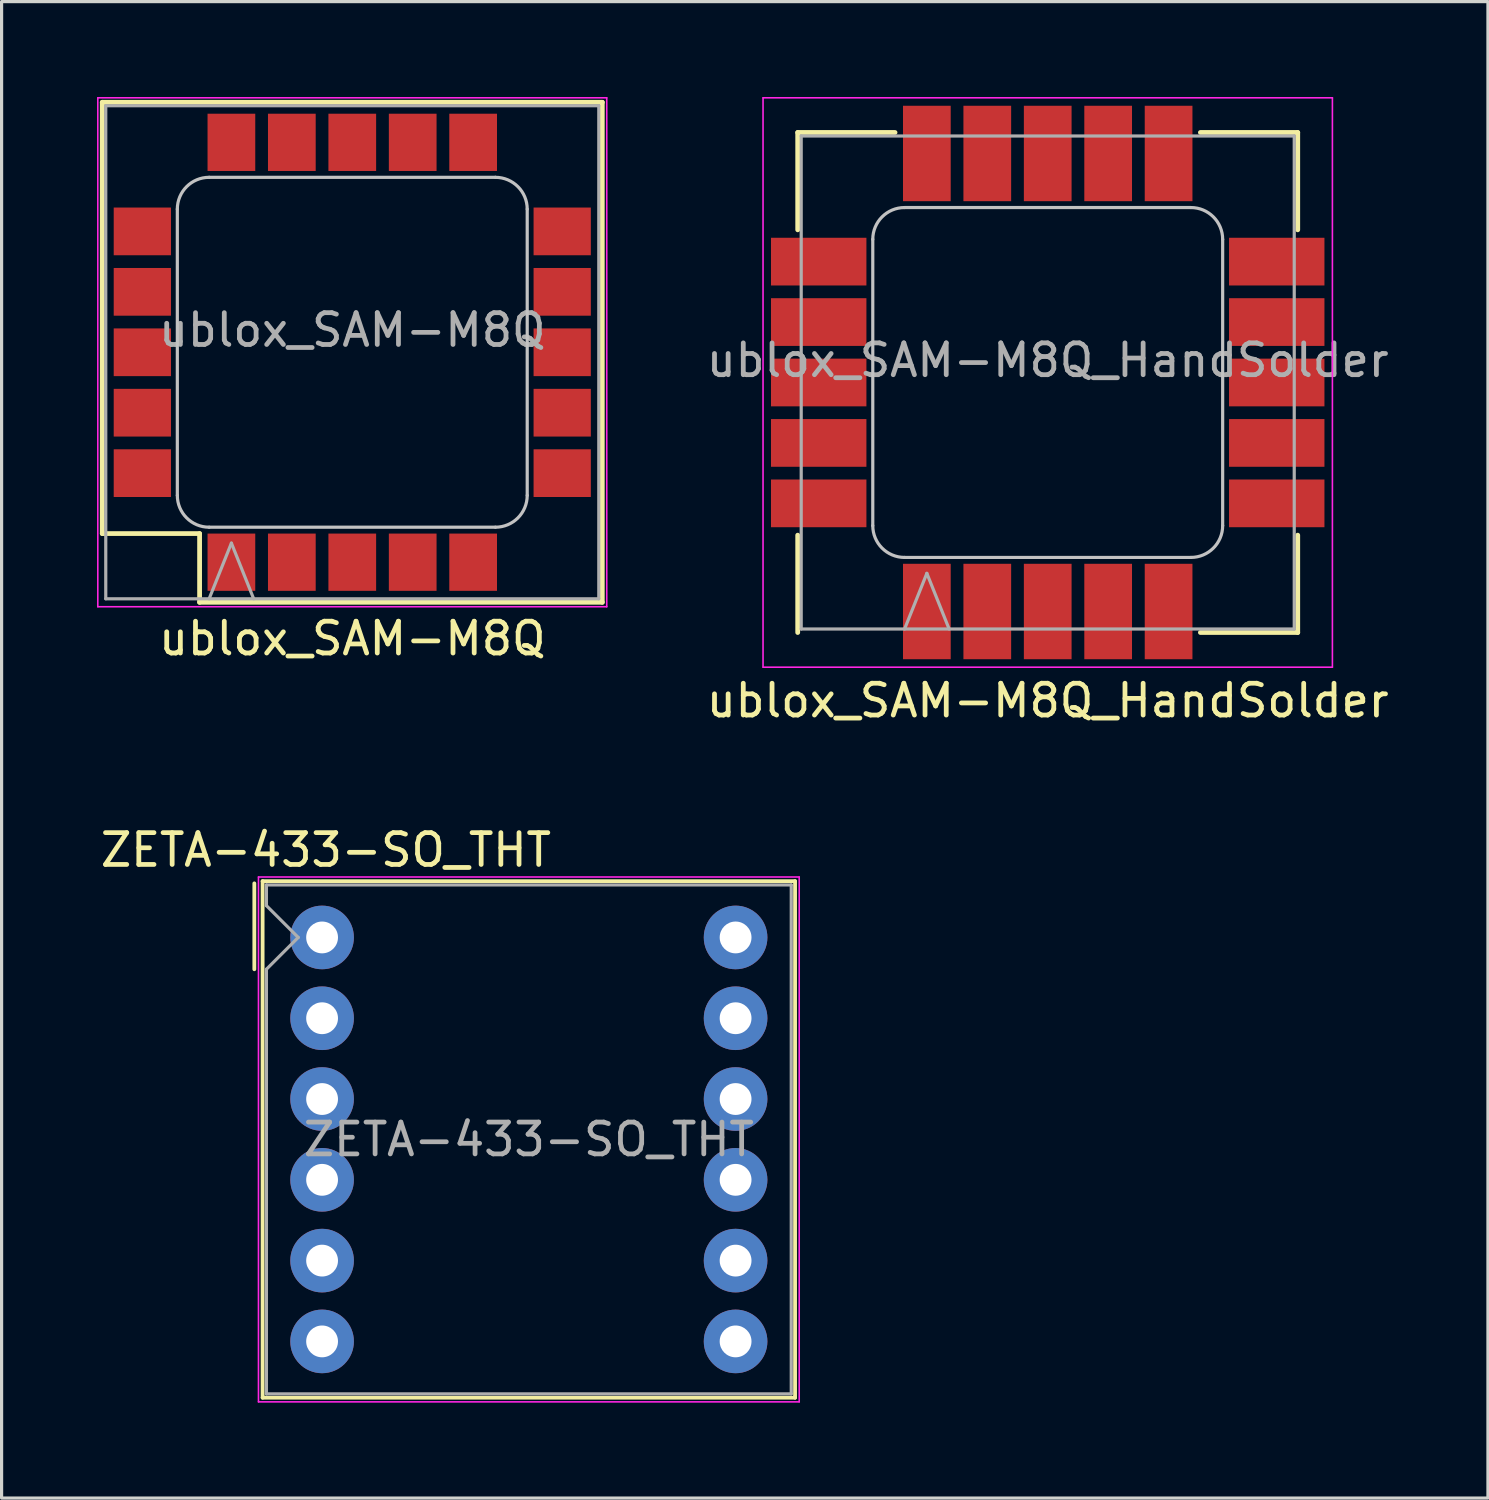
<source format=kicad_pcb>
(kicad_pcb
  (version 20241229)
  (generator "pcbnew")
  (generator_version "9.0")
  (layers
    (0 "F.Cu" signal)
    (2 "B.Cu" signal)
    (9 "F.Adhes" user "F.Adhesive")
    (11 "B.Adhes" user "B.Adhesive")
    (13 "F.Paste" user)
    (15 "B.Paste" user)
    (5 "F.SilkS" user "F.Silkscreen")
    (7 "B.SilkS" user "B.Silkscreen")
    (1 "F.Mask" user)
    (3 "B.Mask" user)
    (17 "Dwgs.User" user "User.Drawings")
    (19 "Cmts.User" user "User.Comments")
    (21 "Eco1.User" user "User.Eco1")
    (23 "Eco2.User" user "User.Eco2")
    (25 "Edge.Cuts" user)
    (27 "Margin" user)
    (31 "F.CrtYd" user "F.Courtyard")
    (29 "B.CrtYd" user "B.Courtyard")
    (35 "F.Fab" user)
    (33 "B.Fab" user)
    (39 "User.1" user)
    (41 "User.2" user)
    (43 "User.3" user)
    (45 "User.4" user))
  (footprint "ublox_SAM-M8Q_HandSolder"
    (layer "F.Cu")
    (at 29.889 8.975)
    (property "Reference" "ublox_SAM-M8Q_HandSolder" (at 0 10 0) (layer "F.SilkS") (effects (font (size 1 1) (thickness 0.15))))
    (attr smd)
    (fp_line (start -7.86 -7.86) (end -4.8 -7.86) (stroke (width 0.15) (type solid)) (layer "F.SilkS"))
    (fp_line (start -7.86 -4.8) (end -7.86 -7.86) (stroke (width 0.15) (type solid)) (layer "F.SilkS"))
    (fp_line (start -7.86 4.8) (end -7.86 7.86) (stroke (width 0.15) (type solid)) (layer "F.SilkS"))
    (fp_line (start 4.8 -7.86) (end 7.86 -7.86) (stroke (width 0.15) (type solid)) (layer "F.SilkS"))
    (fp_line (start 4.8 7.86) (end 7.86 7.86) (stroke (width 0.15) (type solid)) (layer "F.SilkS"))
    (fp_line (start 7.86 -7.86) (end 7.86 -4.8) (stroke (width 0.15) (type solid)) (layer "F.SilkS"))
    (fp_line (start 7.86 4.8) (end 7.86 7.86) (stroke (width 0.15) (type solid)) (layer "F.SilkS"))
    (fp_line (start -5.5 -4.5) (end -5.5 4.5) (stroke (width 0.1) (type solid)) (layer "Dwgs.User"))
    (fp_line (start -4.5 5.5) (end 4.5 5.5) (stroke (width 0.1) (type solid)) (layer "Dwgs.User"))
    (fp_line (start 4.5 -5.5) (end -4.5 -5.5) (stroke (width 0.1) (type solid)) (layer "Dwgs.User"))
    (fp_line (start 5.5 4.5) (end 5.5 -4.5) (stroke (width 0.1) (type solid)) (layer "Dwgs.User"))
    (fp_arc (start -5.5 -4.5) (mid -5.207107 -5.207107) (end -4.5 -5.5) (stroke (width 0.1) (type solid)) (layer "Dwgs.User"))
    (fp_arc (start -4.5 5.5) (mid -5.207107 5.207107) (end -5.5 4.5) (stroke (width 0.1) (type solid)) (layer "Dwgs.User"))
    (fp_arc (start 4.5 -5.5) (mid 5.207107 -5.207107) (end 5.5 -4.5) (stroke (width 0.1) (type solid)) (layer "Dwgs.User"))
    (fp_arc (start 5.5 4.5) (mid 5.207107 5.207107) (end 4.5 5.5) (stroke (width 0.1) (type solid)) (layer "Dwgs.User"))
    (fp_line (start -8.95 -8.95) (end -8.95 8.95) (stroke (width 0.05) (type solid)) (layer "F.CrtYd"))
    (fp_line (start -8.95 8.95) (end 8.95 8.95) (stroke (width 0.05) (type solid)) (layer "F.CrtYd"))
    (fp_line (start 8.95 -8.95) (end -8.95 -8.95) (stroke (width 0.05) (type solid)) (layer "F.CrtYd"))
    (fp_line (start 8.95 8.95) (end 8.95 -8.95) (stroke (width 0.05) (type solid)) (layer "F.CrtYd"))
    (fp_line (start -7.75 -7.75) (end 7.75 -7.75) (stroke (width 0.1) (type solid)) (layer "F.Fab"))
    (fp_line (start -7.75 7.75) (end -7.75 -7.75) (stroke (width 0.1) (type solid)) (layer "F.Fab"))
    (fp_line (start -3.8 6) (end -4.5 7.75) (stroke (width 0.1) (type solid)) (layer "F.Fab"))
    (fp_line (start -3.8 6) (end -3.1 7.75) (stroke (width 0.1) (type solid)) (layer "F.Fab"))
    (fp_line (start 7.75 -7.75) (end 7.75 7.75) (stroke (width 0.1) (type solid)) (layer "F.Fab"))
    (fp_line (start 7.75 7.75) (end -7.75 7.75) (stroke (width 0.1) (type solid)) (layer "F.Fab"))
    (fp_text user "${REFERENCE}" (at 0 -0.7 0) (layer "F.Fab") (effects (font (size 1 1) (thickness 0.15))))
    (pad "1" smd rect (at -3.8 7.2) (size 1.5 3) (layers "F.Cu" "F.Mask" "F.Paste"))
    (pad "2" smd rect (at -1.9 7.2) (size 1.5 3) (layers "F.Cu" "F.Mask" "F.Paste"))
    (pad "3" smd rect (at 0 7.2) (size 1.5 3) (layers "F.Cu" "F.Mask" "F.Paste"))
    (pad "4" smd rect (at 1.9 7.2) (size 1.5 3) (layers "F.Cu" "F.Mask" "F.Paste"))
    (pad "5" smd rect (at 3.8 7.2) (size 1.5 3) (layers "F.Cu" "F.Mask" "F.Paste"))
    (pad "6" smd rect (at 7.2 3.8) (size 3 1.5) (layers "F.Cu" "F.Mask" "F.Paste"))
    (pad "7" smd rect (at 7.2 1.9) (size 3 1.5) (layers "F.Cu" "F.Mask" "F.Paste"))
    (pad "8" smd rect (at 7.2 0) (size 3 1.5) (layers "F.Cu" "F.Mask" "F.Paste"))
    (pad "9" smd rect (at 7.2 -1.9) (size 3 1.5) (layers "F.Cu" "F.Mask" "F.Paste"))
    (pad "10" smd rect (at 7.2 -3.8) (size 3 1.5) (layers "F.Cu" "F.Mask" "F.Paste"))
    (pad "11" smd rect (at 3.8 -7.2) (size 1.5 3) (layers "F.Cu" "F.Mask" "F.Paste"))
    (pad "12" smd rect (at 1.9 -7.2) (size 1.5 3) (layers "F.Cu" "F.Mask" "F.Paste"))
    (pad "13" smd rect (at 0 -7.2) (size 1.5 3) (layers "F.Cu" "F.Mask" "F.Paste"))
    (pad "14" smd rect (at -1.9 -7.2) (size 1.5 3) (layers "F.Cu" "F.Mask" "F.Paste"))
    (pad "15" smd rect (at -3.8 -7.2) (size 1.5 3) (layers "F.Cu" "F.Mask" "F.Paste"))
    (pad "16" smd rect (at -7.2 -3.8) (size 3 1.5) (layers "F.Cu" "F.Mask" "F.Paste"))
    (pad "17" smd rect (at -7.2 -1.9) (size 3 1.5) (layers "F.Cu" "F.Mask" "F.Paste"))
    (pad "18" smd rect (at -7.2 0) (size 3 1.5) (layers "F.Cu" "F.Mask" "F.Paste"))
    (pad "19" smd rect (at -7.2 1.9) (size 3 1.5) (layers "F.Cu" "F.Mask" "F.Paste"))
    (pad "20" smd rect (at -7.2 3.8) (size 3 1.5) (layers "F.Cu" "F.Mask" "F.Paste")))
  (footprint "ublox_SAM-M8Q"
    (layer "F.Cu")
    (at 8.025 8.025)
    (property "Reference" "ublox_SAM-M8Q" (at 0 9 0) (layer "F.SilkS") (effects (font (size 1 1) (thickness 0.15))))
    (attr smd)
    (fp_line (start -7.86 -7.86) (end -7.86 5.7) (stroke (width 0.15) (type solid)) (layer "F.SilkS"))
    (fp_line (start -7.86 -7.86) (end 7.86 -7.86) (stroke (width 0.15) (type solid)) (layer "F.SilkS"))
    (fp_line (start -4.8 5.7) (end -7.86 5.7) (stroke (width 0.15) (type solid)) (layer "F.SilkS"))
    (fp_line (start -4.8 5.7) (end -4.8 7.86) (stroke (width 0.15) (type solid)) (layer "F.SilkS"))
    (fp_line (start -4.8 7.86) (end 7.86 7.86) (stroke (width 0.15) (type solid)) (layer "F.SilkS"))
    (fp_line (start 7.86 -7.86) (end 7.86 7.86) (stroke (width 0.15) (type solid)) (layer "F.SilkS"))
    (fp_line (start -5.5 -4.5) (end -5.5 4.5) (stroke (width 0.1) (type solid)) (layer "Dwgs.User"))
    (fp_line (start -4.5 5.5) (end 4.5 5.5) (stroke (width 0.1) (type solid)) (layer "Dwgs.User"))
    (fp_line (start 4.5 -5.5) (end -4.5 -5.5) (stroke (width 0.1) (type solid)) (layer "Dwgs.User"))
    (fp_line (start 5.5 4.5) (end 5.5 -4.5) (stroke (width 0.1) (type solid)) (layer "Dwgs.User"))
    (fp_arc (start -5.5 -4.5) (mid -5.207107 -5.207107) (end -4.5 -5.5) (stroke (width 0.1) (type solid)) (layer "Dwgs.User"))
    (fp_arc (start -4.5 5.5) (mid -5.207107 5.207107) (end -5.5 4.5) (stroke (width 0.1) (type solid)) (layer "Dwgs.User"))
    (fp_arc (start 4.5 -5.5) (mid 5.207107 -5.207107) (end 5.5 -4.5) (stroke (width 0.1) (type solid)) (layer "Dwgs.User"))
    (fp_arc (start 5.5 4.5) (mid 5.207107 5.207107) (end 4.5 5.5) (stroke (width 0.1) (type solid)) (layer "Dwgs.User"))
    (fp_line (start -8 -8) (end -8 8) (stroke (width 0.05) (type solid)) (layer "F.CrtYd"))
    (fp_line (start -8 8) (end 8 8) (stroke (width 0.05) (type solid)) (layer "F.CrtYd"))
    (fp_line (start 8 -8) (end -8 -8) (stroke (width 0.05) (type solid)) (layer "F.CrtYd"))
    (fp_line (start 8 8) (end 8 -8) (stroke (width 0.05) (type solid)) (layer "F.CrtYd"))
    (fp_line (start -7.75 -7.75) (end -7.75 7.75) (stroke (width 0.1) (type solid)) (layer "F.Fab"))
    (fp_line (start -7.75 7.75) (end 7.75 7.75) (stroke (width 0.1) (type solid)) (layer "F.Fab"))
    (fp_line (start -3.8 6) (end -4.5 7.75) (stroke (width 0.1) (type solid)) (layer "F.Fab"))
    (fp_line (start -3.8 6) (end -3.1 7.75) (stroke (width 0.1) (type solid)) (layer "F.Fab"))
    (fp_line (start 7.75 -7.75) (end -7.75 -7.75) (stroke (width 0.1) (type solid)) (layer "F.Fab"))
    (fp_line (start 7.75 7.75) (end 7.75 -7.75) (stroke (width 0.1) (type solid)) (layer "F.Fab"))
    (fp_text user "${REFERENCE}" (at 0 -0.7 0) (layer "F.Fab") (effects (font (size 1 1) (thickness 0.15))))
    (pad "1" smd rect (at -3.8 6.6) (size 1.5 1.8) (layers "F.Cu" "F.Mask" "F.Paste"))
    (pad "2" smd rect (at -1.9 6.6) (size 1.5 1.8) (layers "F.Cu" "F.Mask" "F.Paste"))
    (pad "3" smd rect (at 0 6.6) (size 1.5 1.8) (layers "F.Cu" "F.Mask" "F.Paste"))
    (pad "4" smd rect (at 1.9 6.6) (size 1.5 1.8) (layers "F.Cu" "F.Mask" "F.Paste"))
    (pad "5" smd rect (at 3.8 6.6) (size 1.5 1.8) (layers "F.Cu" "F.Mask" "F.Paste"))
    (pad "6" smd rect (at 6.6 3.8) (size 1.8 1.5) (layers "F.Cu" "F.Mask" "F.Paste"))
    (pad "7" smd rect (at 6.6 1.9) (size 1.8 1.5) (layers "F.Cu" "F.Mask" "F.Paste"))
    (pad "8" smd rect (at 6.6 0) (size 1.8 1.5) (layers "F.Cu" "F.Mask" "F.Paste"))
    (pad "9" smd rect (at 6.6 -1.9) (size 1.8 1.5) (layers "F.Cu" "F.Mask" "F.Paste"))
    (pad "10" smd rect (at 6.6 -3.8) (size 1.8 1.5) (layers "F.Cu" "F.Mask" "F.Paste"))
    (pad "11" smd rect (at 3.8 -6.6) (size 1.5 1.8) (layers "F.Cu" "F.Mask" "F.Paste"))
    (pad "12" smd rect (at 1.9 -6.6) (size 1.5 1.8) (layers "F.Cu" "F.Mask" "F.Paste"))
    (pad "13" smd rect (at 0 -6.6) (size 1.5 1.8) (layers "F.Cu" "F.Mask" "F.Paste"))
    (pad "14" smd rect (at -1.9 -6.6) (size 1.5 1.8) (layers "F.Cu" "F.Mask" "F.Paste"))
    (pad "15" smd rect (at -3.8 -6.6) (size 1.5 1.8) (layers "F.Cu" "F.Mask" "F.Paste"))
    (pad "16" smd rect (at -6.6 -3.8) (size 1.8 1.5) (layers "F.Cu" "F.Mask" "F.Paste"))
    (pad "17" smd rect (at -6.6 -1.9) (size 1.8 1.5) (layers "F.Cu" "F.Mask" "F.Paste"))
    (pad "18" smd rect (at -6.6 0) (size 1.8 1.5) (layers "F.Cu" "F.Mask" "F.Paste"))
    (pad "19" smd rect (at -6.6 1.9) (size 1.8 1.5) (layers "F.Cu" "F.Mask" "F.Paste"))
    (pad "20" smd rect (at -6.6 3.8) (size 1.8 1.5) (layers "F.Cu" "F.Mask" "F.Paste")))
  (footprint "ZETA-433-SO_THT"
    (layer "F.Cu")
    (at 7.076 26.422)
    (property "Reference" "ZETA-433-SO_THT" (at 0.12 -2.75 0) (layer "F.SilkS") (effects (font (size 1 1) (thickness 0.15))))
    (attr through_hole)
    (fp_line (start -2.13 -1.7) (end -2.13 1) (stroke (width 0.12) (type solid)) (layer "F.SilkS"))
    (fp_line (start -1.87 -1.77) (end -1.87 14.47) (stroke (width 0.12) (type solid)) (layer "F.SilkS"))
    (fp_line (start -1.87 -1.77) (end 14.87 -1.77) (stroke (width 0.12) (type solid)) (layer "F.SilkS"))
    (fp_line (start 14.87 -1.77) (end 14.87 14.47) (stroke (width 0.12) (type solid)) (layer "F.SilkS"))
    (fp_line (start 14.87 14.47) (end -1.87 14.47) (stroke (width 0.12) (type solid)) (layer "F.SilkS"))
    (fp_line (start -2 -1.9) (end 15 -1.9) (stroke (width 0.05) (type solid)) (layer "F.CrtYd"))
    (fp_line (start -2 14.6) (end -2 -1.9) (stroke (width 0.05) (type solid)) (layer "F.CrtYd"))
    (fp_line (start 15 -1.9) (end 15 14.6) (stroke (width 0.05) (type solid)) (layer "F.CrtYd"))
    (fp_line (start 15 14.6) (end -2 14.6) (stroke (width 0.05) (type solid)) (layer "F.CrtYd"))
    (fp_line (start -1.75 -1.65) (end 14.75 -1.65) (stroke (width 0.1) (type solid)) (layer "F.Fab"))
    (fp_line (start -1.75 -1) (end -1.75 -1.65) (stroke (width 0.1) (type solid)) (layer "F.Fab"))
    (fp_line (start -1.75 14.35) (end -1.75 1) (stroke (width 0.1) (type solid)) (layer "F.Fab"))
    (fp_line (start -0.75 0) (end -1.75 -1) (stroke (width 0.1) (type solid)) (layer "F.Fab"))
    (fp_line (start -0.75 0) (end -1.75 1) (stroke (width 0.1) (type solid)) (layer "F.Fab"))
    (fp_line (start 14.75 -1.65) (end 14.75 14.35) (stroke (width 0.1) (type solid)) (layer "F.Fab"))
    (fp_line (start 14.75 14.35) (end -1.75 14.35) (stroke (width 0.1) (type solid)) (layer "F.Fab"))
    (fp_text user "${REFERENCE}" (at 6.5 6.35 0) (layer "F.Fab") (effects (font (size 1 1) (thickness 0.15))))
    (pad "1" thru_hole circle (at 0 0) (size 2 2) (drill 1) (layers "*.Cu" "*.Mask"))
    (pad "2" thru_hole circle (at 0 2.54) (size 2 2) (drill 1) (layers "*.Cu" "*.Mask"))
    (pad "3" thru_hole circle (at 0 5.08) (size 2 2) (drill 1) (layers "*.Cu" "*.Mask"))
    (pad "4" thru_hole circle (at 0 7.62) (size 2 2) (drill 1) (layers "*.Cu" "*.Mask"))
    (pad "5" thru_hole circle (at 0 10.16) (size 2 2) (drill 1) (layers "*.Cu" "*.Mask"))
    (pad "6" thru_hole circle (at 0 12.7) (size 2 2) (drill 1) (layers "*.Cu" "*.Mask"))
    (pad "7" thru_hole circle (at 13 12.7) (size 2 2) (drill 1) (layers "*.Cu" "*.Mask"))
    (pad "8" thru_hole circle (at 13 10.16) (size 2 2) (drill 1) (layers "*.Cu" "*.Mask"))
    (pad "9" thru_hole circle (at 13 7.62) (size 2 2) (drill 1) (layers "*.Cu" "*.Mask"))
    (pad "10" thru_hole circle (at 13 5.08) (size 2 2) (drill 1) (layers "*.Cu" "*.Mask"))
    (pad "11" thru_hole circle (at 13 2.54) (size 2 2) (drill 1) (layers "*.Cu" "*.Mask"))
    (pad "12" thru_hole circle (at 13 0) (size 2 2) (drill 1) (layers "*.Cu" "*.Mask")))
  (gr_rect
    (start -3 -3)
    (end 43.729 44.047)
    (stroke (width 0.1) (type default))
    (fill no)
    (layer "Edge.Cuts")))
</source>
